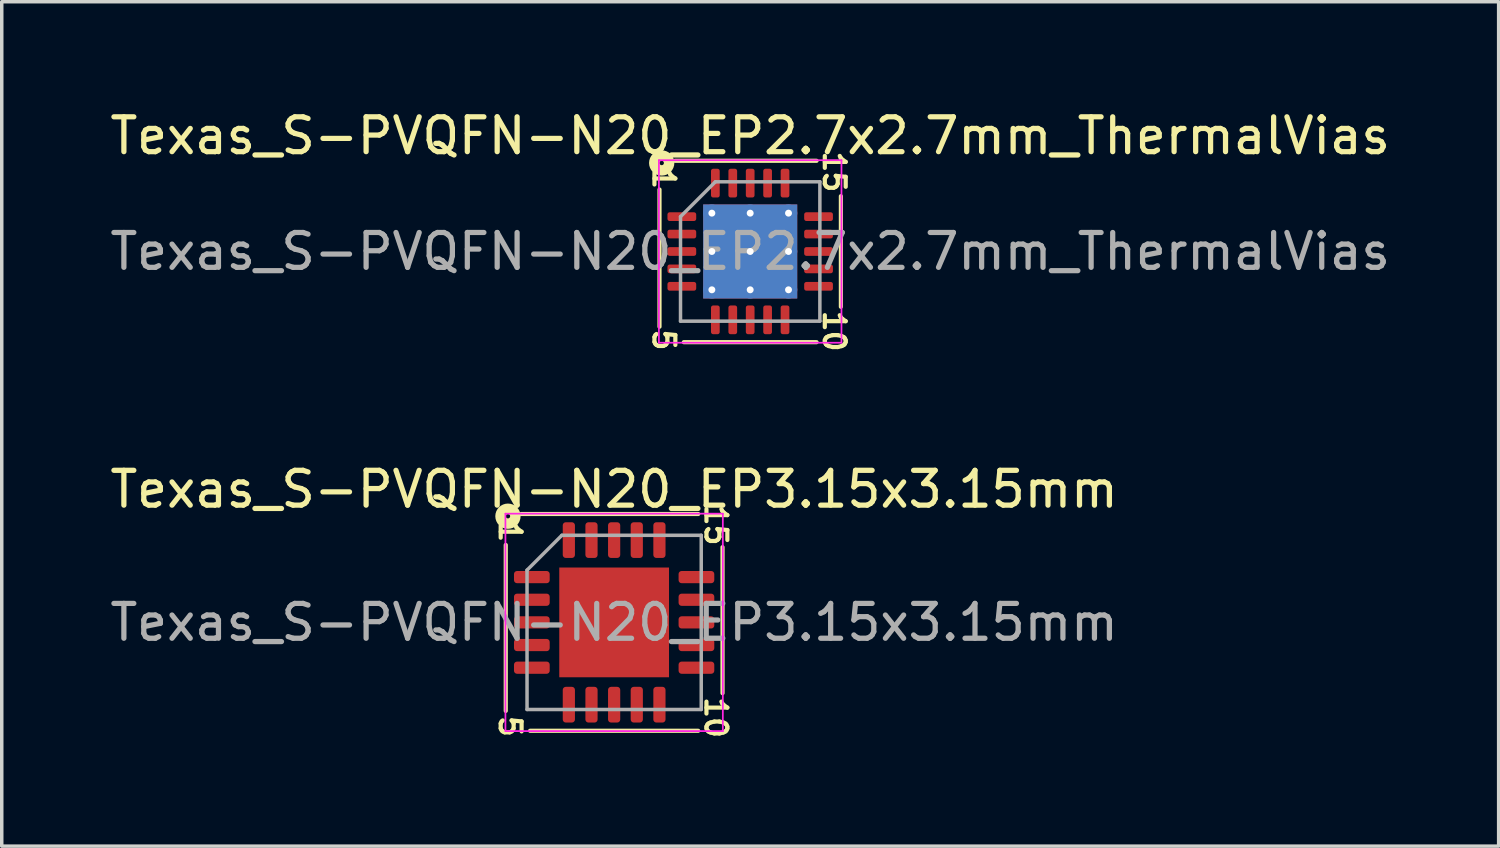
<source format=kicad_pcb>
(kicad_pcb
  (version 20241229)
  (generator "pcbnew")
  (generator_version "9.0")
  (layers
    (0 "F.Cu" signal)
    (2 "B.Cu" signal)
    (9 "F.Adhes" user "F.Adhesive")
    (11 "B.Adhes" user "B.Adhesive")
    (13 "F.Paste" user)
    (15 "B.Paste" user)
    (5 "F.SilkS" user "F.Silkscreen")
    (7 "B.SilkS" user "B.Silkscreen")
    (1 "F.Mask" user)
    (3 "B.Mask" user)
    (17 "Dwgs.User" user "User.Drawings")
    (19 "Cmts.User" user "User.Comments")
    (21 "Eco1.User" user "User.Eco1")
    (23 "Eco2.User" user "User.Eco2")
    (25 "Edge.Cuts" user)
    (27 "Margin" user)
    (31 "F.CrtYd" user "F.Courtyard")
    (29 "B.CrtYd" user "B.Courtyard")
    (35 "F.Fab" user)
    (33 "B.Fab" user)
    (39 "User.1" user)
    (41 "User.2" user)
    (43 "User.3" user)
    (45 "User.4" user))
  (footprint "Texas_S-PVQFN-N20_EP2.7x2.7mm_ThermalVias"
    (layer "F.Cu")
    (at 18.482 4.168)
    (property "Reference" "Texas_S-PVQFN-N20_EP2.7x2.7mm_ThermalVias" (at 0 -3.32 0) (layer "F.SilkS") (effects (font (size 1 1) (thickness 0.15))))
    (attr smd)
    (fp_line (start -2.603 -1.778) (end -2.603 2.159) (stroke (width 0.12) (type solid)) (layer "F.SilkS"))
    (fp_line (start -1.905 2.603) (end 1.905 2.603) (stroke (width 0.12) (type solid)) (layer "F.SilkS"))
    (fp_line (start 1.905 -2.603) (end -2.159 -2.603) (stroke (width 0.12) (type solid)) (layer "F.SilkS"))
    (fp_line (start 2.603 1.587) (end 2.603 -1.587) (stroke (width 0.12) (type solid)) (layer "F.SilkS"))
    (fp_circle (center -2.54 -2.54) (end -2.477 -2.54) (stroke (width 0.3) (type solid)) (fill no) (layer "F.SilkS"))
    (fp_line (start -2.62 -2.62) (end -2.62 2.62) (stroke (width 0.05) (type solid)) (layer "F.CrtYd"))
    (fp_line (start -2.62 2.62) (end 2.62 2.62) (stroke (width 0.05) (type solid)) (layer "F.CrtYd"))
    (fp_line (start 2.62 -2.62) (end -2.62 -2.62) (stroke (width 0.05) (type solid)) (layer "F.CrtYd"))
    (fp_line (start 2.62 2.62) (end 2.62 -2.62) (stroke (width 0.05) (type solid)) (layer "F.CrtYd"))
    (fp_line (start -2 -1) (end -1 -2) (stroke (width 0.1) (type solid)) (layer "F.Fab"))
    (fp_line (start -2 2) (end -2 -1) (stroke (width 0.1) (type solid)) (layer "F.Fab"))
    (fp_line (start -1 -2) (end 2 -2) (stroke (width 0.1) (type solid)) (layer "F.Fab"))
    (fp_line (start 2 -2) (end 2 2) (stroke (width 0.1) (type solid)) (layer "F.Fab"))
    (fp_line (start 2 2) (end -2 2) (stroke (width 0.1) (type solid)) (layer "F.Fab"))
    (fp_text user "5" (at -2.477 2.54 270) (unlocked yes) (layer "F.SilkS") (effects (font (size 0.6 0.6) (thickness 0.12))))
    (fp_text user "1" (at -2.477 -2.095 270) (unlocked yes) (layer "F.SilkS") (effects (font (size 0.6 0.6) (thickness 0.12))))
    (fp_text user "15" (at 2.413 -2.286 270) (unlocked yes) (layer "F.SilkS") (effects (font (size 0.6 0.6) (thickness 0.12))))
    (fp_text user "10" (at 2.413 2.286 270) (unlocked yes) (layer "F.SilkS") (effects (font (size 0.6 0.6) (thickness 0.12))))
    (fp_text user "${REFERENCE}" (at 0 0 0) (layer "F.Fab") (effects (font (size 1 1) (thickness 0.15))))
    (pad "" smd roundrect (at -0.675 -0.675) (size 1.13 1.13) (layers "F.Paste") (roundrect_rratio 0.221))
    (pad "" smd roundrect (at -0.675 0.675) (size 1.13 1.13) (layers "F.Paste") (roundrect_rratio 0.221))
    (pad "" smd roundrect (at 0.675 -0.675) (size 1.13 1.13) (layers "F.Paste") (roundrect_rratio 0.221))
    (pad "" smd roundrect (at 0.675 0.675) (size 1.13 1.13) (layers "F.Paste") (roundrect_rratio 0.221))
    (pad "1" smd roundrect (at -1.962 -1) (size 0.825 0.25) (layers "F.Cu" "F.Mask" "F.Paste") (roundrect_rratio 0.25))
    (pad "2" smd roundrect (at -1.962 -0.5) (size 0.825 0.25) (layers "F.Cu" "F.Mask" "F.Paste") (roundrect_rratio 0.25))
    (pad "3" smd roundrect (at -1.962 0) (size 0.825 0.25) (layers "F.Cu" "F.Mask" "F.Paste") (roundrect_rratio 0.25))
    (pad "4" smd roundrect (at -1.962 0.5) (size 0.825 0.25) (layers "F.Cu" "F.Mask" "F.Paste") (roundrect_rratio 0.25))
    (pad "5" smd roundrect (at -1.962 1) (size 0.825 0.25) (layers "F.Cu" "F.Mask" "F.Paste") (roundrect_rratio 0.25))
    (pad "6" smd roundrect (at -1 1.962) (size 0.25 0.825) (layers "F.Cu" "F.Mask" "F.Paste") (roundrect_rratio 0.25))
    (pad "7" smd roundrect (at -0.5 1.962) (size 0.25 0.825) (layers "F.Cu" "F.Mask" "F.Paste") (roundrect_rratio 0.25))
    (pad "8" smd roundrect (at 0 1.962) (size 0.25 0.825) (layers "F.Cu" "F.Mask" "F.Paste") (roundrect_rratio 0.25))
    (pad "9" smd roundrect (at 0.5 1.962) (size 0.25 0.825) (layers "F.Cu" "F.Mask" "F.Paste") (roundrect_rratio 0.25))
    (pad "10" smd roundrect (at 1 1.962) (size 0.25 0.825) (layers "F.Cu" "F.Mask" "F.Paste") (roundrect_rratio 0.25))
    (pad "11" smd roundrect (at 1.962 1) (size 0.825 0.25) (layers "F.Cu" "F.Mask" "F.Paste") (roundrect_rratio 0.25))
    (pad "12" smd roundrect (at 1.962 0.5) (size 0.825 0.25) (layers "F.Cu" "F.Mask" "F.Paste") (roundrect_rratio 0.25))
    (pad "13" smd roundrect (at 1.962 0) (size 0.825 0.25) (layers "F.Cu" "F.Mask" "F.Paste") (roundrect_rratio 0.25))
    (pad "14" smd roundrect (at 1.962 -0.5) (size 0.825 0.25) (layers "F.Cu" "F.Mask" "F.Paste") (roundrect_rratio 0.25))
    (pad "15" smd roundrect (at 1.962 -1) (size 0.825 0.25) (layers "F.Cu" "F.Mask" "F.Paste") (roundrect_rratio 0.25))
    (pad "16" smd roundrect (at 1 -1.962) (size 0.25 0.825) (layers "F.Cu" "F.Mask" "F.Paste") (roundrect_rratio 0.25))
    (pad "17" smd roundrect (at 0.5 -1.962) (size 0.25 0.825) (layers "F.Cu" "F.Mask" "F.Paste") (roundrect_rratio 0.25))
    (pad "18" smd roundrect (at 0 -1.962) (size 0.25 0.825) (layers "F.Cu" "F.Mask" "F.Paste") (roundrect_rratio 0.25))
    (pad "19" smd roundrect (at -0.5 -1.962) (size 0.25 0.825) (layers "F.Cu" "F.Mask" "F.Paste") (roundrect_rratio 0.25))
    (pad "20" smd roundrect (at -1 -1.962) (size 0.25 0.825) (layers "F.Cu" "F.Mask" "F.Paste") (roundrect_rratio 0.25))
    (pad "21" thru_hole circle (at -1.1 -1.1) (size 0.5 0.5) (drill 0.2) (layers "*.Cu"))
    (pad "21" thru_hole circle (at -1.1 0) (size 0.5 0.5) (drill 0.2) (layers "*.Cu"))
    (pad "21" thru_hole circle (at -1.1 1.1) (size 0.5 0.5) (drill 0.2) (layers "*.Cu"))
    (pad "21" thru_hole circle (at 0 -1.1) (size 0.5 0.5) (drill 0.2) (layers "*.Cu"))
    (pad "21" thru_hole circle (at 0 0) (size 0.5 0.5) (drill 0.2) (layers "*.Cu"))
    (pad "21" smd rect (at 0 0) (size 2.7 2.7) (layers "F.Cu" "F.Mask"))
    (pad "21" smd rect (at 0 0) (size 2.7 2.7) (layers "B.Cu" "B.Mask"))
    (pad "21" thru_hole circle (at 0 1.1) (size 0.5 0.5) (drill 0.2) (layers "*.Cu"))
    (pad "21" thru_hole circle (at 1.1 -1.1) (size 0.5 0.5) (drill 0.2) (layers "*.Cu"))
    (pad "21" thru_hole circle (at 1.1 0) (size 0.5 0.5) (drill 0.2) (layers "*.Cu"))
    (pad "21" thru_hole circle (at 1.1 1.1) (size 0.5 0.5) (drill 0.2) (layers "*.Cu")))
  (footprint "Texas_S-PVQFN-N20_EP3.15x3.15mm"
    (layer "F.Cu")
    (at 14.577 14.814)
    (property "Reference" "Texas_S-PVQFN-N20_EP3.15x3.15mm" (at 0 -3.82 0) (layer "F.SilkS") (effects (font (size 1 1) (thickness 0.15))))
    (attr smd)
    (fp_line (start -3.111 -2.223) (end -3.111 2.54) (stroke (width 0.12) (type solid)) (layer "F.SilkS"))
    (fp_line (start -2.413 3.111) (end 2.413 3.111) (stroke (width 0.12) (type solid)) (layer "F.SilkS"))
    (fp_line (start 2.413 -3.111) (end -2.667 -3.111) (stroke (width 0.12) (type solid)) (layer "F.SilkS"))
    (fp_line (start 3.111 2.032) (end 3.111 -2.159) (stroke (width 0.12) (type solid)) (layer "F.SilkS"))
    (fp_circle (center -3.048 -3.048) (end -2.985 -3.048) (stroke (width 0.3) (type solid)) (fill no) (layer "F.SilkS"))
    (fp_line (start -3.12 -3.12) (end -3.12 3.12) (stroke (width 0.05) (type solid)) (layer "F.CrtYd"))
    (fp_line (start -3.12 3.12) (end 3.12 3.12) (stroke (width 0.05) (type solid)) (layer "F.CrtYd"))
    (fp_line (start 3.12 -3.12) (end -3.12 -3.12) (stroke (width 0.05) (type solid)) (layer "F.CrtYd"))
    (fp_line (start 3.12 3.12) (end 3.12 -3.12) (stroke (width 0.05) (type solid)) (layer "F.CrtYd"))
    (fp_line (start -2.5 -1.5) (end -1.5 -2.5) (stroke (width 0.1) (type solid)) (layer "F.Fab"))
    (fp_line (start -2.5 2.5) (end -2.5 -1.5) (stroke (width 0.1) (type solid)) (layer "F.Fab"))
    (fp_line (start -1.5 -2.5) (end 2.5 -2.5) (stroke (width 0.1) (type solid)) (layer "F.Fab"))
    (fp_line (start 2.5 -2.5) (end 2.5 2.5) (stroke (width 0.1) (type solid)) (layer "F.Fab"))
    (fp_line (start 2.5 2.5) (end -2.5 2.5) (stroke (width 0.1) (type solid)) (layer "F.Fab"))
    (fp_text user "5" (at -2.985 2.985 270) (unlocked yes) (layer "F.SilkS") (effects (font (size 0.6 0.6) (thickness 0.12))))
    (fp_text user "10" (at 2.921 2.731 270) (unlocked yes) (layer "F.SilkS") (effects (font (size 0.6 0.6) (thickness 0.12))))
    (fp_text user "1" (at -2.985 -2.603 270) (unlocked yes) (layer "F.SilkS") (effects (font (size 0.6 0.6) (thickness 0.12))))
    (fp_text user "15" (at 2.921 -2.794 270) (unlocked yes) (layer "F.SilkS") (effects (font (size 0.6 0.6) (thickness 0.12))))
    (fp_text user "${REFERENCE}" (at 0 0 0) (layer "F.Fab") (effects (font (size 1 1) (thickness 0.15))))
    (pad "" smd roundrect (at -0.79 -0.79) (size 1.27 1.27) (layers "F.Paste") (roundrect_rratio 0.197))
    (pad "" smd roundrect (at -0.79 0.79) (size 1.27 1.27) (layers "F.Paste") (roundrect_rratio 0.197))
    (pad "" smd roundrect (at 0.79 -0.79) (size 1.27 1.27) (layers "F.Paste") (roundrect_rratio 0.197))
    (pad "" smd roundrect (at 0.79 0.79) (size 1.27 1.27) (layers "F.Paste") (roundrect_rratio 0.197))
    (pad "1" smd roundrect (at -2.362 -1.3) (size 1.025 0.35) (layers "F.Cu" "F.Mask" "F.Paste") (roundrect_rratio 0.25))
    (pad "2" smd roundrect (at -2.362 -0.65) (size 1.025 0.35) (layers "F.Cu" "F.Mask" "F.Paste") (roundrect_rratio 0.25))
    (pad "3" smd roundrect (at -2.362 0) (size 1.025 0.35) (layers "F.Cu" "F.Mask" "F.Paste") (roundrect_rratio 0.25))
    (pad "4" smd roundrect (at -2.362 0.65) (size 1.025 0.35) (layers "F.Cu" "F.Mask" "F.Paste") (roundrect_rratio 0.25))
    (pad "5" smd roundrect (at -2.362 1.3) (size 1.025 0.35) (layers "F.Cu" "F.Mask" "F.Paste") (roundrect_rratio 0.25))
    (pad "6" smd roundrect (at -1.3 2.362) (size 0.35 1.025) (layers "F.Cu" "F.Mask" "F.Paste") (roundrect_rratio 0.25))
    (pad "7" smd roundrect (at -0.65 2.362) (size 0.35 1.025) (layers "F.Cu" "F.Mask" "F.Paste") (roundrect_rratio 0.25))
    (pad "8" smd roundrect (at 0 2.362) (size 0.35 1.025) (layers "F.Cu" "F.Mask" "F.Paste") (roundrect_rratio 0.25))
    (pad "9" smd roundrect (at 0.65 2.362) (size 0.35 1.025) (layers "F.Cu" "F.Mask" "F.Paste") (roundrect_rratio 0.25))
    (pad "10" smd roundrect (at 1.3 2.362) (size 0.35 1.025) (layers "F.Cu" "F.Mask" "F.Paste") (roundrect_rratio 0.25))
    (pad "11" smd roundrect (at 2.362 1.3) (size 1.025 0.35) (layers "F.Cu" "F.Mask" "F.Paste") (roundrect_rratio 0.25))
    (pad "12" smd roundrect (at 2.362 0.65) (size 1.025 0.35) (layers "F.Cu" "F.Mask" "F.Paste") (roundrect_rratio 0.25))
    (pad "13" smd roundrect (at 2.362 0) (size 1.025 0.35) (layers "F.Cu" "F.Mask" "F.Paste") (roundrect_rratio 0.25))
    (pad "14" smd roundrect (at 2.362 -0.65) (size 1.025 0.35) (layers "F.Cu" "F.Mask" "F.Paste") (roundrect_rratio 0.25))
    (pad "15" smd roundrect (at 2.362 -1.3) (size 1.025 0.35) (layers "F.Cu" "F.Mask" "F.Paste") (roundrect_rratio 0.25))
    (pad "16" smd roundrect (at 1.3 -2.362) (size 0.35 1.025) (layers "F.Cu" "F.Mask" "F.Paste") (roundrect_rratio 0.25))
    (pad "17" smd roundrect (at 0.65 -2.362) (size 0.35 1.025) (layers "F.Cu" "F.Mask" "F.Paste") (roundrect_rratio 0.25))
    (pad "18" smd roundrect (at 0 -2.362) (size 0.35 1.025) (layers "F.Cu" "F.Mask" "F.Paste") (roundrect_rratio 0.25))
    (pad "19" smd roundrect (at -0.65 -2.362) (size 0.35 1.025) (layers "F.Cu" "F.Mask" "F.Paste") (roundrect_rratio 0.25))
    (pad "20" smd roundrect (at -1.3 -2.362) (size 0.35 1.025) (layers "F.Cu" "F.Mask" "F.Paste") (roundrect_rratio 0.25))
    (pad "21" smd rect (at 0 0) (size 3.15 3.15) (layers "F.Cu" "F.Mask")))
  (gr_rect
    (start -3 -3)
    (end 39.964 21.236)
    (stroke (width 0.1) (type default))
    (fill no)
    (layer "Edge.Cuts")))
</source>
